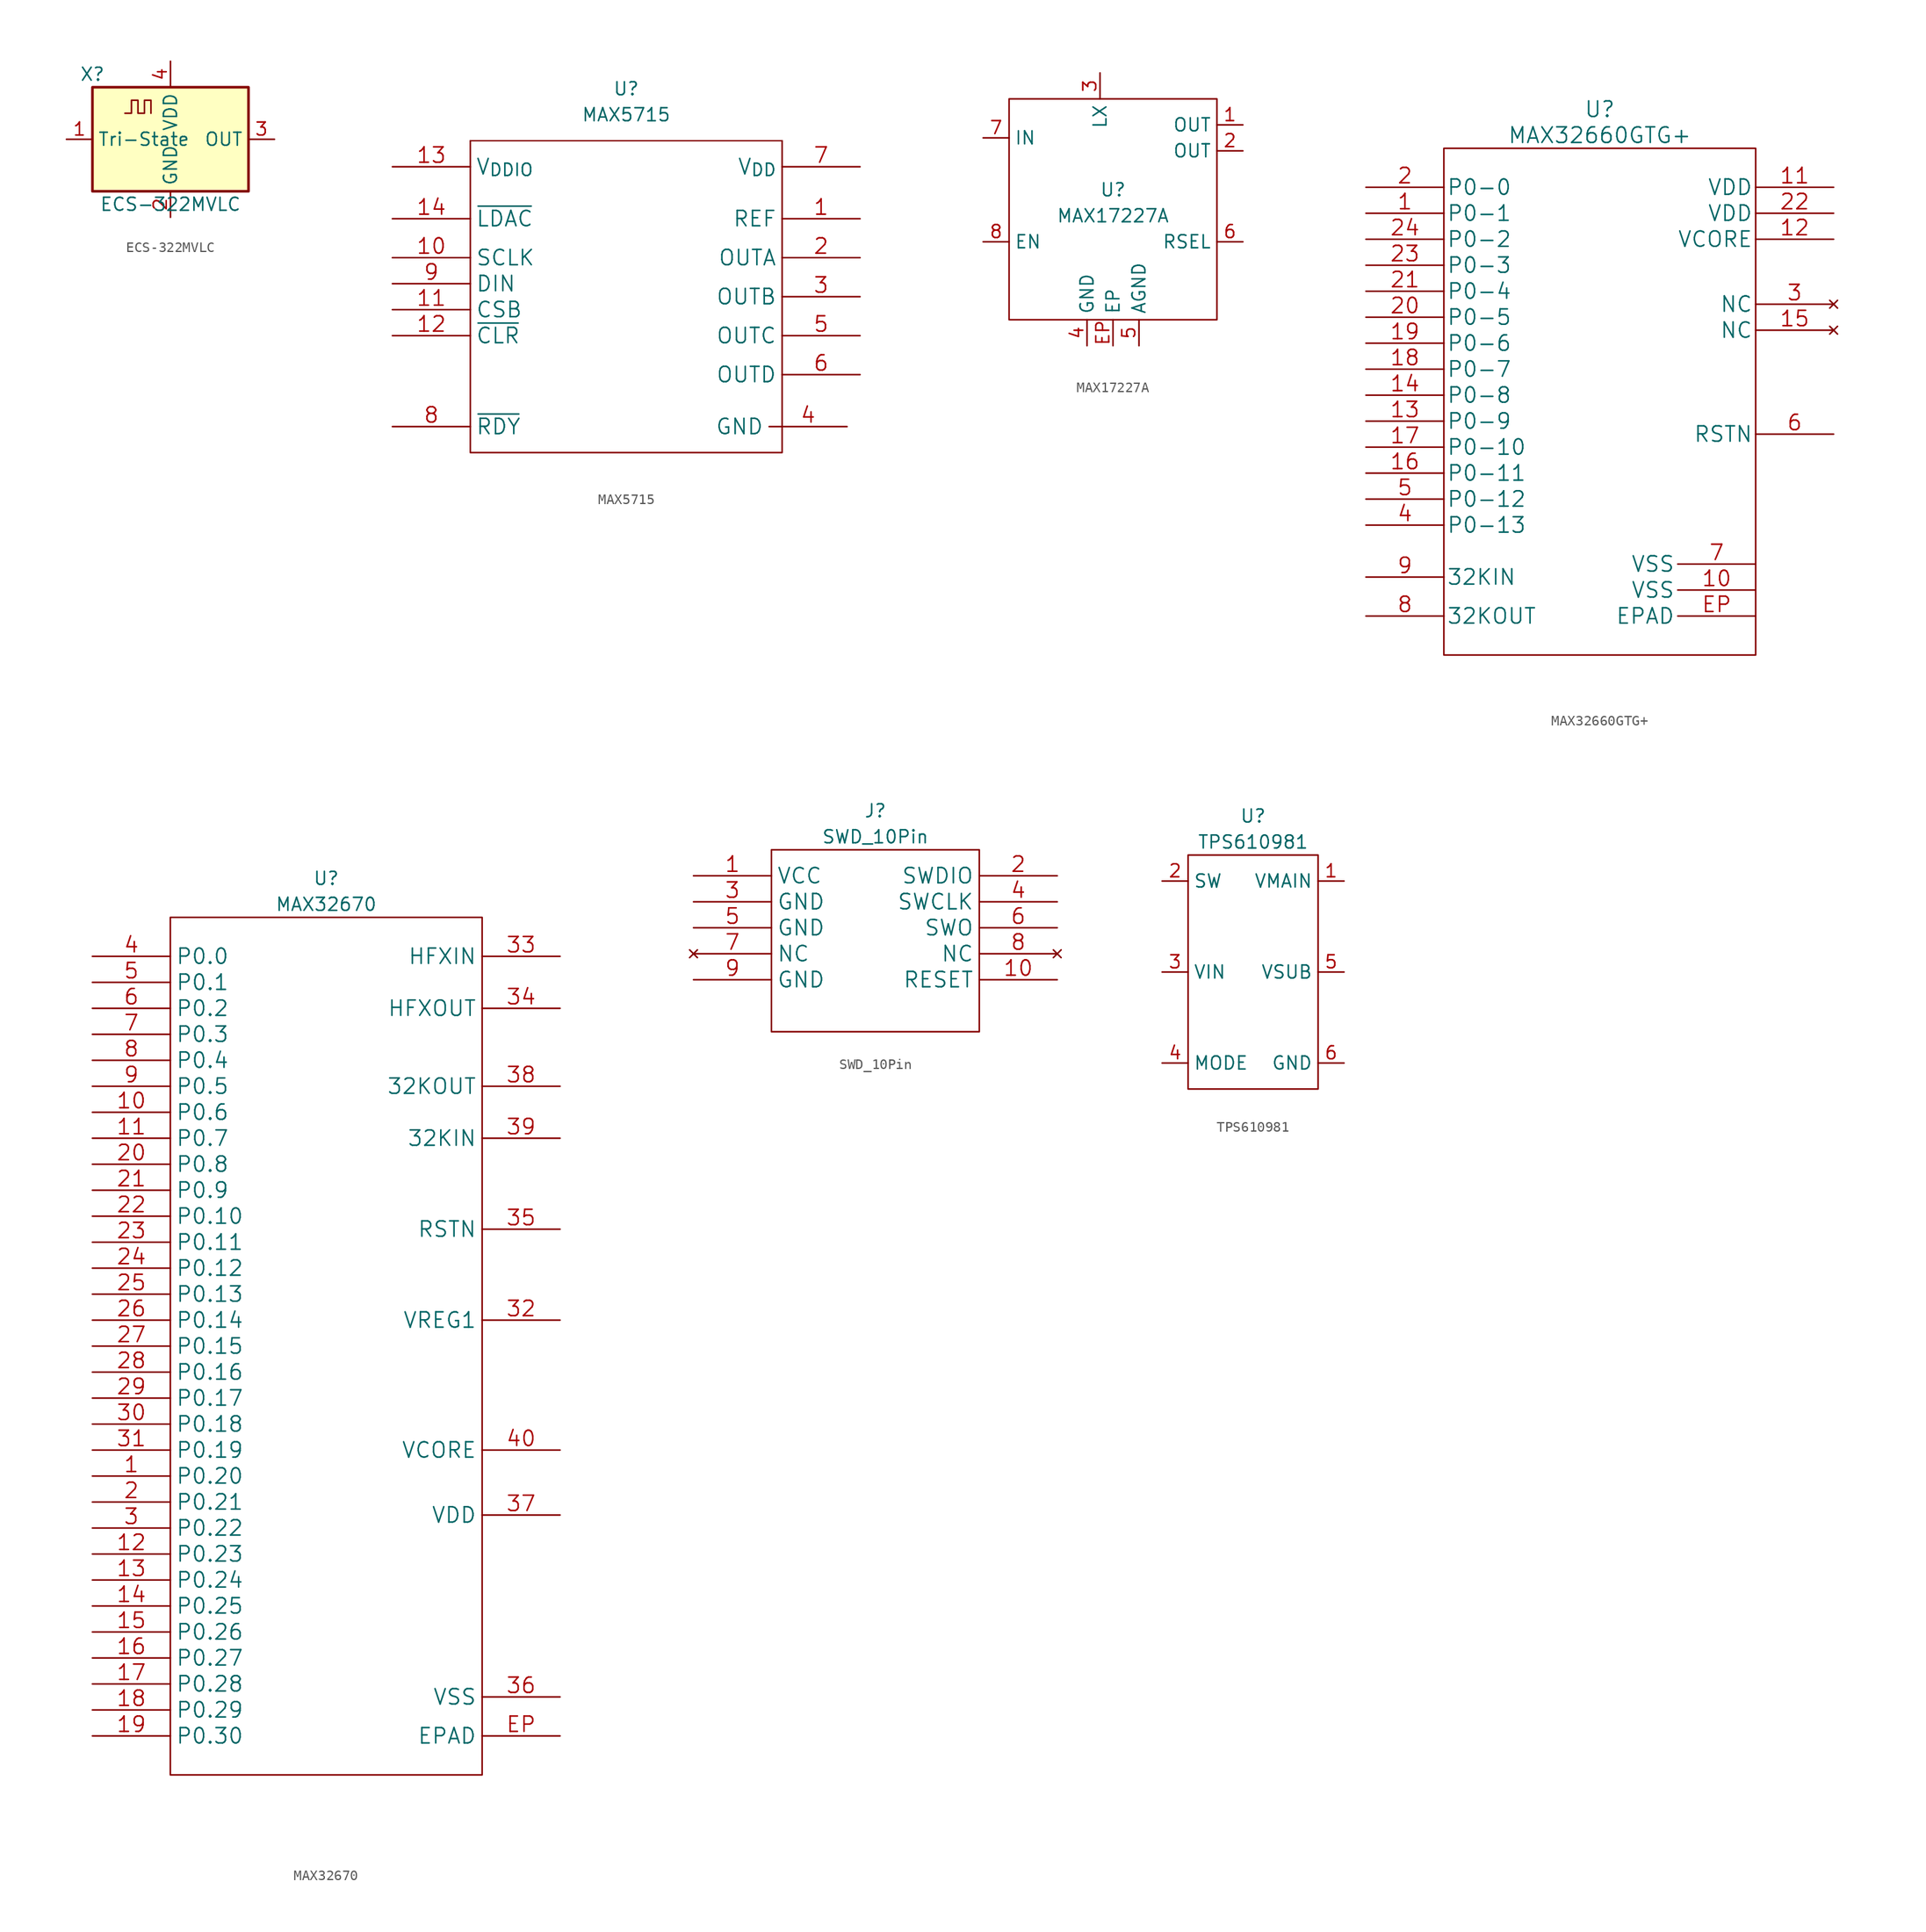
<source format=kicad_sym>
(kicad_symbol_lib
  (version 20211014)
  (generator kicad_symbol_editor)
  (symbol "ECS-322MVLC"
    (property "Reference" "X"
      (at -7.62 6.35 0)
      (effects (font (size 1.27 1.27))))
    (property "Value" "ECS-322MVLC"
      (at 0 -6.35 0)
      (effects (font (size 1.27 1.27))))
    (symbol "ECS-322MVLC_0_1"
      (rectangle (start -7.62 5.08) (end 7.62 -5.08) (stroke (width 0.254) (type default) (color 0 0 0 0)) (fill (type background)))
      (polyline (pts (xy -4.445 2.54) (xy -3.81 2.54) (xy -3.81 3.81) (xy -3.175 3.81) (xy -3.175 2.54) (xy -2.54 2.54) (xy -2.54 3.81) (xy -1.905 3.81) (xy -1.905 2.54)) (stroke (width 0) (type default) (color 0 0 0 0)) (fill (type none))))
    (symbol "ECS-322MVLC_1_1"
      (pin input line (at -10.16 0 0) (length 2.54) (name "Tri-State" (effects (font (size 1.27 1.27)))) (number "1" (effects (font (size 1.27 1.27)))))
      (pin power_in line (at 0 -7.62 90) (length 2.54) (name "GND" (effects (font (size 1.27 1.27)))) (number "2" (effects (font (size 1.27 1.27)))))
      (pin output line (at 10.16 0 180) (length 2.54) (name "OUT" (effects (font (size 1.27 1.27)))) (number "3" (effects (font (size 1.27 1.27)))))
      (pin power_in line (at 0 7.62 270) (length 2.54) (name "VDD" (effects (font (size 1.27 1.27)))) (number "4" (effects (font (size 1.27 1.27)))))))
  (symbol "MAX5715"
    (property "Reference" "U"
      (at 0 25.4 0)
      (effects (font (size 1.27 1.27))))
    (property "Value" "MAX5715"
      (at 0 22.86 0)
      (effects (font (size 1.27 1.27))))
    (symbol "MAX5715_0_1"
      (polyline (pts (xy -15.24 20.32) (xy -15.24 -10.16) (xy 15.24 -10.16) (xy 15.24 20.32)) (stroke (width 0) (type default) (color 0 0 0 0)) (fill (type none))))
    (symbol "MAX5715_1_1"
      (polyline (pts (xy 15.24 20.32) (xy -15.24 20.32)) (stroke (width 0.127) (type default) (color 0 0 0 0)) (fill (type none)))
      (pin bidirectional line (at 22.86 12.7 180) (length 7.62) (name "REF" (effects (font (size 1.499 1.499)))) (number "1" (effects (font (size 1.499 1.499)))))
      (pin input line (at -22.86 8.89 0) (length 7.62) (name "SCLK" (effects (font (size 1.499 1.499)))) (number "10" (effects (font (size 1.499 1.499)))))
      (pin input line (at -22.86 3.81 0) (length 7.62) (name "CSB" (effects (font (size 1.499 1.499)))) (number "11" (effects (font (size 1.499 1.499)))))
      (pin input line (at -22.86 1.27 0) (length 7.62) (name "~{CLR}" (effects (font (size 1.499 1.499)))) (number "12" (effects (font (size 1.499 1.499)))))
      (pin power_in line (at -22.86 17.78 0) (length 7.62) (name "V_{DDIO}" (effects (font (size 1.499 1.499)))) (number "13" (effects (font (size 1.499 1.499)))))
      (pin input line (at -22.86 12.7 0) (length 7.62) (name "~{LDAC}" (effects (font (size 1.499 1.499)))) (number "14" (effects (font (size 1.499 1.499)))))
      (pin output line (at 22.86 8.89 180) (length 7.62) (name "OUTA" (effects (font (size 1.499 1.499)))) (number "2" (effects (font (size 1.499 1.499)))))
      (pin output line (at 22.86 5.08 180) (length 7.62) (name "OUTB" (effects (font (size 1.499 1.499)))) (number "3" (effects (font (size 1.499 1.499)))))
      (pin power_in line (at 21.59 -7.62 180) (length 7.62) (name "GND" (effects (font (size 1.499 1.499)))) (number "4" (effects (font (size 1.499 1.499)))))
      (pin output line (at 22.86 1.27 180) (length 7.62) (name "OUTC" (effects (font (size 1.499 1.499)))) (number "5" (effects (font (size 1.499 1.499)))))
      (pin output line (at 22.86 -2.54 180) (length 7.62) (name "OUTD" (effects (font (size 1.499 1.499)))) (number "6" (effects (font (size 1.499 1.499)))))
      (pin power_in line (at 22.86 17.78 180) (length 7.62) (name "V_{DD}" (effects (font (size 1.499 1.499)))) (number "7" (effects (font (size 1.499 1.499)))))
      (pin output line (at -22.86 -7.62 0) (length 7.62) (name "~{RDY}" (effects (font (size 1.499 1.499)))) (number "8" (effects (font (size 1.499 1.499)))))
      (pin input line (at -22.86 6.35 0) (length 7.62) (name "DIN" (effects (font (size 1.499 1.499)))) (number "9" (effects (font (size 1.499 1.499)))))))
  (symbol "MAX17227A"
    (property "Reference" "U"
      (at 0 1.27 0)
      (effects (font (size 1.27 1.27))))
    (property "Value" "MAX17227A"
      (at 0 -1.27 0)
      (effects (font (size 1.27 1.27))))
    (symbol "MAX17227A_0_1"
      (rectangle (start -10.16 10.16) (end 10.16 -11.43) (stroke (width 0) (type default) (color 0 0 0 0)) (fill (type none))))
    (symbol "MAX17227A_1_1"
      (pin power_out line (at 12.7 7.62 180) (length 2.54) (name "OUT" (effects (font (size 1.27 1.27)))) (number "1" (effects (font (size 1.27 1.27)))))
      (pin power_out line (at 12.7 5.08 180) (length 2.54) (name "OUT" (effects (font (size 1.27 1.27)))) (number "2" (effects (font (size 1.27 1.27)))))
      (pin bidirectional line (at -1.27 12.7 270) (length 2.54) (name "LX" (effects (font (size 1.27 1.27)))) (number "3" (effects (font (size 1.27 1.27)))))
      (pin power_in line (at -2.54 -13.97 90) (length 2.54) (name "GND" (effects (font (size 1.27 1.27)))) (number "4" (effects (font (size 1.27 1.27)))))
      (pin power_in line (at 2.54 -13.97 90) (length 2.54) (name "AGND" (effects (font (size 1.27 1.27)))) (number "5" (effects (font (size 1.27 1.27)))))
      (pin input line (at 12.7 -3.81 180) (length 2.54) (name "RSEL" (effects (font (size 1.27 1.27)))) (number "6" (effects (font (size 1.27 1.27)))))
      (pin power_in line (at -12.7 6.35 0) (length 2.54) (name "IN" (effects (font (size 1.27 1.27)))) (number "7" (effects (font (size 1.27 1.27)))))
      (pin input line (at -12.7 -3.81 0) (length 2.54) (name "EN" (effects (font (size 1.27 1.27)))) (number "8" (effects (font (size 1.27 1.27)))))
      (pin power_in line (at 0 -13.97 90) (length 2.54) (name "EP" (effects (font (size 1.27 1.27)))) (number "EP" (effects (font (size 1.27 1.27)))))))
  (symbol "MAX32660GTG+"
    (pin_names
      (offset 0.254))
    (property "Reference" "U"
      (at 0 7.62 0)
      (effects (font (size 1.524 1.524))))
    (property "Value" "MAX32660GTG+"
      (at 0 5.08 0)
      (effects (font (size 1.524 1.524))))
    (property "Datasheet" ""
      (at -22.86 0 0)
      (effects (font (size 1.524 1.524))))
    (symbol "MAX32660GTG+_0_1"
      (rectangle (start -15.24 3.81) (end 15.24 -45.72) (stroke (width 0) (type default) (color 0 0 0 0)) (fill (type none))))
    (symbol "MAX32660GTG+_1_1"
      (pin bidirectional line (at -22.86 -2.54 0) (length 7.62) (name "P0-1" (effects (font (size 1.499 1.499)))) (number "1" (effects (font (size 1.499 1.499)))))
      (pin power_in line (at 15.24 -39.37 180) (length 7.62) (name "VSS" (effects (font (size 1.499 1.499)))) (number "10" (effects (font (size 1.499 1.499)))))
      (pin power_in line (at 22.86 0 180) (length 7.62) (name "VDD" (effects (font (size 1.499 1.499)))) (number "11" (effects (font (size 1.499 1.499)))))
      (pin unspecified line (at 22.86 -5.08 180) (length 7.62) (name "VCORE" (effects (font (size 1.499 1.499)))) (number "12" (effects (font (size 1.499 1.499)))))
      (pin bidirectional line (at -22.86 -22.86 0) (length 7.62) (name "P0-9" (effects (font (size 1.499 1.499)))) (number "13" (effects (font (size 1.499 1.499)))))
      (pin bidirectional line (at -22.86 -20.32 0) (length 7.62) (name "P0-8" (effects (font (size 1.499 1.499)))) (number "14" (effects (font (size 1.499 1.499)))))
      (pin no_connect line (at 22.86 -13.97 180) (length 7.62) (name "NC" (effects (font (size 1.499 1.499)))) (number "15" (effects (font (size 1.499 1.499)))))
      (pin bidirectional line (at -22.86 -27.94 0) (length 7.62) (name "P0-11" (effects (font (size 1.499 1.499)))) (number "16" (effects (font (size 1.499 1.499)))))
      (pin bidirectional line (at -22.86 -25.4 0) (length 7.62) (name "P0-10" (effects (font (size 1.499 1.499)))) (number "17" (effects (font (size 1.499 1.499)))))
      (pin bidirectional line (at -22.86 -17.78 0) (length 7.62) (name "P0-7" (effects (font (size 1.499 1.499)))) (number "18" (effects (font (size 1.499 1.499)))))
      (pin bidirectional line (at -22.86 -15.24 0) (length 7.62) (name "P0-6" (effects (font (size 1.499 1.499)))) (number "19" (effects (font (size 1.499 1.499)))))
      (pin bidirectional line (at -22.86 0 0) (length 7.62) (name "P0-0" (effects (font (size 1.499 1.499)))) (number "2" (effects (font (size 1.499 1.499)))))
      (pin bidirectional line (at -22.86 -12.7 0) (length 7.62) (name "P0-5" (effects (font (size 1.499 1.499)))) (number "20" (effects (font (size 1.499 1.499)))))
      (pin bidirectional line (at -22.86 -10.16 0) (length 7.62) (name "P0-4" (effects (font (size 1.499 1.499)))) (number "21" (effects (font (size 1.499 1.499)))))
      (pin power_in line (at 22.86 -2.54 180) (length 7.62) (name "VDD" (effects (font (size 1.499 1.499)))) (number "22" (effects (font (size 1.499 1.499)))))
      (pin bidirectional line (at -22.86 -7.62 0) (length 7.62) (name "P0-3" (effects (font (size 1.499 1.499)))) (number "23" (effects (font (size 1.499 1.499)))))
      (pin bidirectional line (at -22.86 -5.08 0) (length 7.62) (name "P0-2" (effects (font (size 1.499 1.499)))) (number "24" (effects (font (size 1.499 1.499)))))
      (pin no_connect line (at 22.86 -11.43 180) (length 7.62) (name "NC" (effects (font (size 1.499 1.499)))) (number "3" (effects (font (size 1.499 1.499)))))
      (pin bidirectional line (at -22.86 -33.02 0) (length 7.62) (name "P0-13" (effects (font (size 1.499 1.499)))) (number "4" (effects (font (size 1.499 1.499)))))
      (pin bidirectional line (at -22.86 -30.48 0) (length 7.62) (name "P0-12" (effects (font (size 1.499 1.499)))) (number "5" (effects (font (size 1.499 1.499)))))
      (pin unspecified line (at 22.86 -24.13 180) (length 7.62) (name "RSTN" (effects (font (size 1.499 1.499)))) (number "6" (effects (font (size 1.499 1.499)))))
      (pin power_in line (at 15.24 -36.83 180) (length 7.62) (name "VSS" (effects (font (size 1.499 1.499)))) (number "7" (effects (font (size 1.499 1.499)))))
      (pin output line (at -22.86 -41.91 0) (length 7.62) (name "32KOUT" (effects (font (size 1.499 1.499)))) (number "8" (effects (font (size 1.499 1.499)))))
      (pin bidirectional line (at -22.86 -38.1 0) (length 7.62) (name "32KIN" (effects (font (size 1.499 1.499)))) (number "9" (effects (font (size 1.499 1.499)))))
      (pin unspecified line (at 15.24 -41.91 180) (length 7.62) (name "EPAD" (effects (font (size 1.499 1.499)))) (number "EP" (effects (font (size 1.499 1.499)))))))
  (symbol "MAX32670"
    (property "Reference" "U"
      (at 0 46.99 0)
      (effects (font (size 1.27 1.27))))
    (property "Value" "MAX32670"
      (at 0 44.45 0)
      (effects (font (size 1.27 1.27))))
    (symbol "MAX32670_0_1"
      (rectangle (start -15.24 43.18) (end 15.24 -40.64) (stroke (width 0) (type default) (color 0 0 0 0)) (fill (type none))))
    (symbol "MAX32670_1_1"
      (pin bidirectional line (at -22.86 -11.43 0) (length 7.62) (name "P0.20" (effects (font (size 1.499 1.499)))) (number "1" (effects (font (size 1.499 1.499)))))
      (pin bidirectional line (at -22.86 24.13 0) (length 7.62) (name "P0.6" (effects (font (size 1.499 1.499)))) (number "10" (effects (font (size 1.499 1.499)))))
      (pin bidirectional line (at -22.86 21.59 0) (length 7.62) (name "P0.7" (effects (font (size 1.499 1.499)))) (number "11" (effects (font (size 1.499 1.499)))))
      (pin bidirectional line (at -22.86 -19.05 0) (length 7.62) (name "P0.23" (effects (font (size 1.499 1.499)))) (number "12" (effects (font (size 1.499 1.499)))))
      (pin bidirectional line (at -22.86 -21.59 0) (length 7.62) (name "P0.24" (effects (font (size 1.499 1.499)))) (number "13" (effects (font (size 1.499 1.499)))))
      (pin bidirectional line (at -22.86 -24.13 0) (length 7.62) (name "P0.25" (effects (font (size 1.499 1.499)))) (number "14" (effects (font (size 1.499 1.499)))))
      (pin bidirectional line (at -22.86 -26.67 0) (length 7.62) (name "P0.26" (effects (font (size 1.499 1.499)))) (number "15" (effects (font (size 1.499 1.499)))))
      (pin bidirectional line (at -22.86 -29.21 0) (length 7.62) (name "P0.27" (effects (font (size 1.499 1.499)))) (number "16" (effects (font (size 1.499 1.499)))))
      (pin bidirectional line (at -22.86 -31.75 0) (length 7.62) (name "P0.28" (effects (font (size 1.499 1.499)))) (number "17" (effects (font (size 1.499 1.499)))))
      (pin bidirectional line (at -22.86 -34.29 0) (length 7.62) (name "P0.29" (effects (font (size 1.499 1.499)))) (number "18" (effects (font (size 1.499 1.499)))))
      (pin bidirectional line (at -22.86 -36.83 0) (length 7.62) (name "P0.30" (effects (font (size 1.499 1.499)))) (number "19" (effects (font (size 1.499 1.499)))))
      (pin bidirectional line (at -22.86 -13.97 0) (length 7.62) (name "P0.21" (effects (font (size 1.499 1.499)))) (number "2" (effects (font (size 1.499 1.499)))))
      (pin bidirectional line (at -22.86 19.05 0) (length 7.62) (name "P0.8" (effects (font (size 1.499 1.499)))) (number "20" (effects (font (size 1.499 1.499)))))
      (pin bidirectional line (at -22.86 16.51 0) (length 7.62) (name "P0.9" (effects (font (size 1.499 1.499)))) (number "21" (effects (font (size 1.499 1.499)))))
      (pin bidirectional line (at -22.86 13.97 0) (length 7.62) (name "P0.10" (effects (font (size 1.499 1.499)))) (number "22" (effects (font (size 1.499 1.499)))))
      (pin bidirectional line (at -22.86 11.43 0) (length 7.62) (name "P0.11" (effects (font (size 1.499 1.499)))) (number "23" (effects (font (size 1.499 1.499)))))
      (pin bidirectional line (at -22.86 8.89 0) (length 7.62) (name "P0.12" (effects (font (size 1.499 1.499)))) (number "24" (effects (font (size 1.499 1.499)))))
      (pin bidirectional line (at -22.86 6.35 0) (length 7.62) (name "P0.13" (effects (font (size 1.499 1.499)))) (number "25" (effects (font (size 1.499 1.499)))))
      (pin bidirectional line (at -22.86 3.81 0) (length 7.62) (name "P0.14" (effects (font (size 1.499 1.499)))) (number "26" (effects (font (size 1.499 1.499)))))
      (pin bidirectional line (at -22.86 1.27 0) (length 7.62) (name "P0.15" (effects (font (size 1.499 1.499)))) (number "27" (effects (font (size 1.499 1.499)))))
      (pin bidirectional line (at -22.86 -1.27 0) (length 7.62) (name "P0.16" (effects (font (size 1.499 1.499)))) (number "28" (effects (font (size 1.499 1.499)))))
      (pin bidirectional line (at -22.86 -3.81 0) (length 7.62) (name "P0.17" (effects (font (size 1.499 1.499)))) (number "29" (effects (font (size 1.499 1.499)))))
      (pin bidirectional line (at -22.86 -16.51 0) (length 7.62) (name "P0.22" (effects (font (size 1.499 1.499)))) (number "3" (effects (font (size 1.499 1.499)))))
      (pin bidirectional line (at -22.86 -6.35 0) (length 7.62) (name "P0.18" (effects (font (size 1.499 1.499)))) (number "30" (effects (font (size 1.499 1.499)))))
      (pin bidirectional line (at -22.86 -8.89 0) (length 7.62) (name "P0.19" (effects (font (size 1.499 1.499)))) (number "31" (effects (font (size 1.499 1.499)))))
      (pin power_in line (at 22.86 3.81 180) (length 7.62) (name "VREG1" (effects (font (size 1.499 1.499)))) (number "32" (effects (font (size 1.499 1.499)))))
      (pin input line (at 22.86 39.37 180) (length 7.62) (name "HFXIN" (effects (font (size 1.499 1.499)))) (number "33" (effects (font (size 1.499 1.499)))))
      (pin output line (at 22.86 34.29 180) (length 7.62) (name "HFXOUT" (effects (font (size 1.499 1.499)))) (number "34" (effects (font (size 1.499 1.499)))))
      (pin input line (at 22.86 12.7 180) (length 7.62) (name "RSTN" (effects (font (size 1.499 1.499)))) (number "35" (effects (font (size 1.499 1.499)))))
      (pin power_in line (at 22.86 -33.02 180) (length 7.62) (name "VSS" (effects (font (size 1.499 1.499)))) (number "36" (effects (font (size 1.499 1.499)))))
      (pin power_in line (at 22.86 -15.24 180) (length 7.62) (name "VDD" (effects (font (size 1.499 1.499)))) (number "37" (effects (font (size 1.499 1.499)))))
      (pin output line (at 22.86 26.67 180) (length 7.62) (name "32KOUT" (effects (font (size 1.499 1.499)))) (number "38" (effects (font (size 1.499 1.499)))))
      (pin input line (at 22.86 21.59 180) (length 7.62) (name "32KIN" (effects (font (size 1.499 1.499)))) (number "39" (effects (font (size 1.499 1.499)))))
      (pin bidirectional line (at -22.86 39.37 0) (length 7.62) (name "P0.0" (effects (font (size 1.499 1.499)))) (number "4" (effects (font (size 1.499 1.499)))))
      (pin power_in line (at 22.86 -8.89 180) (length 7.62) (name "VCORE" (effects (font (size 1.499 1.499)))) (number "40" (effects (font (size 1.499 1.499)))))
      (pin bidirectional line (at -22.86 36.83 0) (length 7.62) (name "P0.1" (effects (font (size 1.499 1.499)))) (number "5" (effects (font (size 1.499 1.499)))))
      (pin bidirectional line (at -22.86 34.29 0) (length 7.62) (name "P0.2" (effects (font (size 1.499 1.499)))) (number "6" (effects (font (size 1.499 1.499)))))
      (pin bidirectional line (at -22.86 31.75 0) (length 7.62) (name "P0.3" (effects (font (size 1.499 1.499)))) (number "7" (effects (font (size 1.499 1.499)))))
      (pin bidirectional line (at -22.86 29.21 0) (length 7.62) (name "P0.4" (effects (font (size 1.499 1.499)))) (number "8" (effects (font (size 1.499 1.499)))))
      (pin bidirectional line (at -22.86 26.67 0) (length 7.62) (name "P0.5" (effects (font (size 1.499 1.499)))) (number "9" (effects (font (size 1.499 1.499)))))
      (pin power_in line (at 22.86 -36.83 180) (length 7.62) (name "EPAD" (effects (font (size 1.499 1.499)))) (number "EP" (effects (font (size 1.499 1.499)))))))
  (symbol "SWD_10Pin"
    (property "Reference" "J"
      (at 0 10.16 0)
      (effects (font (size 1.27 1.27))))
    (property "Value" "SWD_10Pin"
      (at 0 7.62 0)
      (effects (font (size 1.27 1.27))))
    (symbol "SWD_10Pin_0_1"
      (rectangle (start -10.16 6.35) (end 10.16 -11.43) (stroke (width 0) (type default) (color 0 0 0 0)) (fill (type none))))
    (symbol "SWD_10Pin_1_1"
      (pin input line (at -17.78 3.81 0) (length 7.62) (name "VCC" (effects (font (size 1.499 1.499)))) (number "1" (effects (font (size 1.499 1.499)))))
      (pin output line (at 17.78 -6.35 180) (length 7.62) (name "RESET" (effects (font (size 1.499 1.499)))) (number "10" (effects (font (size 1.499 1.499)))))
      (pin bidirectional line (at 17.78 3.81 180) (length 7.62) (name "SWDIO" (effects (font (size 1.499 1.499)))) (number "2" (effects (font (size 1.499 1.499)))))
      (pin power_in line (at -17.78 1.27 0) (length 7.62) (name "GND" (effects (font (size 1.499 1.499)))) (number "3" (effects (font (size 1.499 1.499)))))
      (pin output line (at 17.78 1.27 180) (length 7.62) (name "SWCLK" (effects (font (size 1.499 1.499)))) (number "4" (effects (font (size 1.499 1.499)))))
      (pin power_in line (at -17.78 -1.27 0) (length 7.62) (name "GND" (effects (font (size 1.499 1.499)))) (number "5" (effects (font (size 1.499 1.499)))))
      (pin input line (at 17.78 -1.27 180) (length 7.62) (name "SWO" (effects (font (size 1.499 1.499)))) (number "6" (effects (font (size 1.499 1.499)))))
      (pin no_connect line (at -17.78 -3.81 0) (length 7.62) (name "NC" (effects (font (size 1.499 1.499)))) (number "7" (effects (font (size 1.499 1.499)))))
      (pin no_connect line (at 17.78 -3.81 180) (length 7.62) (name "NC" (effects (font (size 1.499 1.499)))) (number "8" (effects (font (size 1.499 1.499)))))
      (pin power_in line (at -17.78 -6.35 0) (length 7.62) (name "GND" (effects (font (size 1.499 1.499)))) (number "9" (effects (font (size 1.499 1.499)))))))
  (symbol "TPS610981"
    (property "Reference" "U"
      (at 0 15.24 0)
      (effects (font (size 1.27 1.27))))
    (property "Value" "TPS610981"
      (at 0 12.7 0)
      (effects (font (size 1.27 1.27))))
    (symbol "TPS610981_0_1"
      (rectangle (start -6.35 11.43) (end 6.35 -11.43) (stroke (width 0) (type default) (color 0 0 0 0)) (fill (type none))))
    (symbol "TPS610981_1_1"
      (pin power_out line (at 8.89 8.89 180) (length 2.54) (name "VMAIN" (effects (font (size 1.27 1.27)))) (number "1" (effects (font (size 1.27 1.27)))))
      (pin power_in line (at -8.89 8.89 0) (length 2.54) (name "SW" (effects (font (size 1.27 1.27)))) (number "2" (effects (font (size 1.27 1.27)))))
      (pin power_in line (at -8.89 0 0) (length 2.54) (name "VIN" (effects (font (size 1.27 1.27)))) (number "3" (effects (font (size 1.27 1.27)))))
      (pin input line (at -8.89 -8.89 0) (length 2.54) (name "MODE" (effects (font (size 1.27 1.27)))) (number "4" (effects (font (size 1.27 1.27)))))
      (pin power_out line (at 8.89 0 180) (length 2.54) (name "VSUB" (effects (font (size 1.27 1.27)))) (number "5" (effects (font (size 1.27 1.27)))))
      (pin power_in line (at 8.89 -8.89 180) (length 2.54) (name "GND" (effects (font (size 1.27 1.27)))) (number "6" (effects (font (size 1.27 1.27))))))))
</source>
